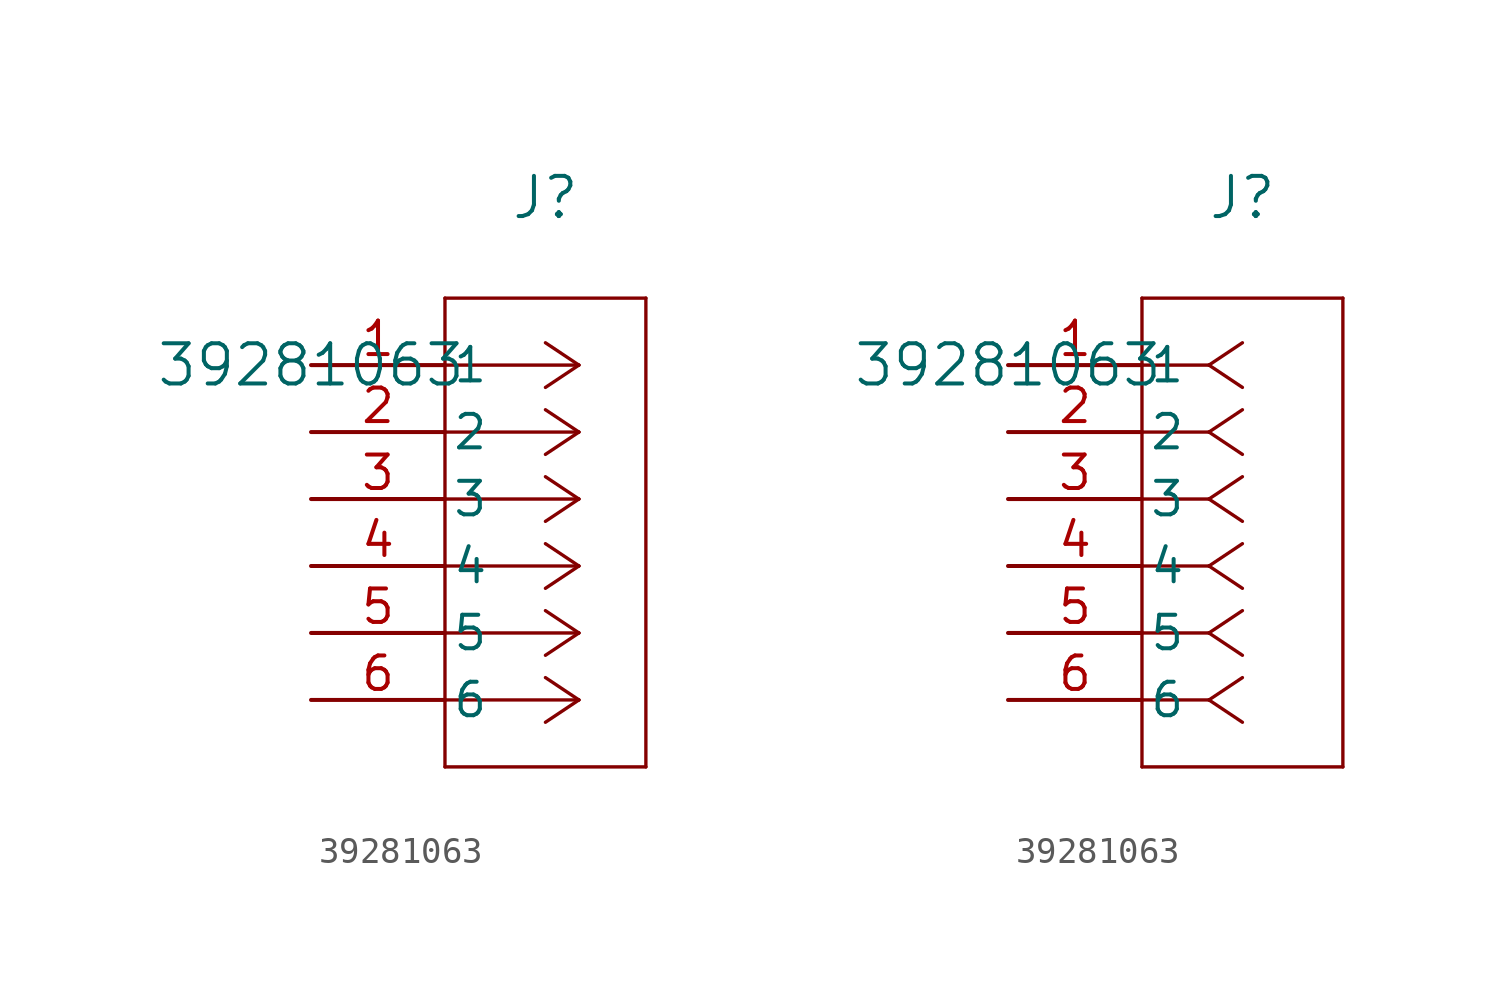
<source format=kicad_sym>
(kicad_symbol_lib
  (version 20211014)
  (generator kicad_symbol_editor)
  (symbol "39281063"
    (pin_names
      (offset 0.254))
    (property "Reference" "J"
      (at 8.89 6.35 0)
      (effects (font (size 1.524 1.524))))
    (property "Value" "39281063"
      (at 0 0 0)
      (effects (font (size 1.524 1.524))))
    (symbol "39281063_1_1"
      (polyline (pts (xy 10.16 0) (xy 5.08 0)) (stroke (width 0.127) (type default) (color 0 0 0 0)) (fill (type none)))
      (polyline (pts (xy 10.16 -2.54) (xy 5.08 -2.54)) (stroke (width 0.127) (type default) (color 0 0 0 0)) (fill (type none)))
      (polyline (pts (xy 10.16 -5.08) (xy 5.08 -5.08)) (stroke (width 0.127) (type default) (color 0 0 0 0)) (fill (type none)))
      (polyline (pts (xy 10.16 -7.62) (xy 5.08 -7.62)) (stroke (width 0.127) (type default) (color 0 0 0 0)) (fill (type none)))
      (polyline (pts (xy 10.16 -10.16) (xy 5.08 -10.16)) (stroke (width 0.127) (type default) (color 0 0 0 0)) (fill (type none)))
      (polyline (pts (xy 10.16 -12.7) (xy 5.08 -12.7)) (stroke (width 0.127) (type default) (color 0 0 0 0)) (fill (type none)))
      (polyline (pts (xy 10.16 0) (xy 8.89 0.847)) (stroke (width 0.127) (type default) (color 0 0 0 0)) (fill (type none)))
      (polyline (pts (xy 10.16 -2.54) (xy 8.89 -1.693)) (stroke (width 0.127) (type default) (color 0 0 0 0)) (fill (type none)))
      (polyline (pts (xy 10.16 -5.08) (xy 8.89 -4.233)) (stroke (width 0.127) (type default) (color 0 0 0 0)) (fill (type none)))
      (polyline (pts (xy 10.16 -7.62) (xy 8.89 -6.773)) (stroke (width 0.127) (type default) (color 0 0 0 0)) (fill (type none)))
      (polyline (pts (xy 10.16 -10.16) (xy 8.89 -9.313)) (stroke (width 0.127) (type default) (color 0 0 0 0)) (fill (type none)))
      (polyline (pts (xy 10.16 -12.7) (xy 8.89 -11.853)) (stroke (width 0.127) (type default) (color 0 0 0 0)) (fill (type none)))
      (polyline (pts (xy 10.16 0) (xy 8.89 -0.847)) (stroke (width 0.127) (type default) (color 0 0 0 0)) (fill (type none)))
      (polyline (pts (xy 10.16 -2.54) (xy 8.89 -3.387)) (stroke (width 0.127) (type default) (color 0 0 0 0)) (fill (type none)))
      (polyline (pts (xy 10.16 -5.08) (xy 8.89 -5.927)) (stroke (width 0.127) (type default) (color 0 0 0 0)) (fill (type none)))
      (polyline (pts (xy 10.16 -7.62) (xy 8.89 -8.467)) (stroke (width 0.127) (type default) (color 0 0 0 0)) (fill (type none)))
      (polyline (pts (xy 10.16 -10.16) (xy 8.89 -11.007)) (stroke (width 0.127) (type default) (color 0 0 0 0)) (fill (type none)))
      (polyline (pts (xy 10.16 -12.7) (xy 8.89 -13.547)) (stroke (width 0.127) (type default) (color 0 0 0 0)) (fill (type none)))
      (polyline (pts (xy 5.08 2.54) (xy 5.08 -15.24)) (stroke (width 0.127) (type default) (color 0 0 0 0)) (fill (type none)))
      (polyline (pts (xy 5.08 -15.24) (xy 12.7 -15.24)) (stroke (width 0.127) (type default) (color 0 0 0 0)) (fill (type none)))
      (polyline (pts (xy 12.7 -15.24) (xy 12.7 2.54)) (stroke (width 0.127) (type default) (color 0 0 0 0)) (fill (type none)))
      (polyline (pts (xy 12.7 2.54) (xy 5.08 2.54)) (stroke (width 0.127) (type default) (color 0 0 0 0)) (fill (type none)))
      (pin unspecified line (at 0 0 0) (length 5.08) (name "1" (effects (font (size 1.27 1.27)))) (number "1" (effects (font (size 1.27 1.27)))))
      (pin unspecified line (at 0 -2.54 0) (length 5.08) (name "2" (effects (font (size 1.27 1.27)))) (number "2" (effects (font (size 1.27 1.27)))))
      (pin unspecified line (at 0 -5.08 0) (length 5.08) (name "3" (effects (font (size 1.27 1.27)))) (number "3" (effects (font (size 1.27 1.27)))))
      (pin unspecified line (at 0 -7.62 0) (length 5.08) (name "4" (effects (font (size 1.27 1.27)))) (number "4" (effects (font (size 1.27 1.27)))))
      (pin unspecified line (at 0 -10.16 0) (length 5.08) (name "5" (effects (font (size 1.27 1.27)))) (number "5" (effects (font (size 1.27 1.27)))))
      (pin unspecified line (at 0 -12.7 0) (length 5.08) (name "6" (effects (font (size 1.27 1.27)))) (number "6" (effects (font (size 1.27 1.27))))))
    (symbol "39281063_1_2"
      (polyline (pts (xy 7.62 0) (xy 5.08 0)) (stroke (width 0.127) (type default) (color 0 0 0 0)) (fill (type none)))
      (polyline (pts (xy 7.62 -2.54) (xy 5.08 -2.54)) (stroke (width 0.127) (type default) (color 0 0 0 0)) (fill (type none)))
      (polyline (pts (xy 7.62 -5.08) (xy 5.08 -5.08)) (stroke (width 0.127) (type default) (color 0 0 0 0)) (fill (type none)))
      (polyline (pts (xy 7.62 -7.62) (xy 5.08 -7.62)) (stroke (width 0.127) (type default) (color 0 0 0 0)) (fill (type none)))
      (polyline (pts (xy 7.62 -10.16) (xy 5.08 -10.16)) (stroke (width 0.127) (type default) (color 0 0 0 0)) (fill (type none)))
      (polyline (pts (xy 7.62 -12.7) (xy 5.08 -12.7)) (stroke (width 0.127) (type default) (color 0 0 0 0)) (fill (type none)))
      (polyline (pts (xy 7.62 0) (xy 8.89 0.847)) (stroke (width 0.127) (type default) (color 0 0 0 0)) (fill (type none)))
      (polyline (pts (xy 7.62 -2.54) (xy 8.89 -1.693)) (stroke (width 0.127) (type default) (color 0 0 0 0)) (fill (type none)))
      (polyline (pts (xy 7.62 -5.08) (xy 8.89 -4.233)) (stroke (width 0.127) (type default) (color 0 0 0 0)) (fill (type none)))
      (polyline (pts (xy 7.62 -7.62) (xy 8.89 -6.773)) (stroke (width 0.127) (type default) (color 0 0 0 0)) (fill (type none)))
      (polyline (pts (xy 7.62 -10.16) (xy 8.89 -9.313)) (stroke (width 0.127) (type default) (color 0 0 0 0)) (fill (type none)))
      (polyline (pts (xy 7.62 -12.7) (xy 8.89 -11.853)) (stroke (width 0.127) (type default) (color 0 0 0 0)) (fill (type none)))
      (polyline (pts (xy 7.62 0) (xy 8.89 -0.847)) (stroke (width 0.127) (type default) (color 0 0 0 0)) (fill (type none)))
      (polyline (pts (xy 7.62 -2.54) (xy 8.89 -3.387)) (stroke (width 0.127) (type default) (color 0 0 0 0)) (fill (type none)))
      (polyline (pts (xy 7.62 -5.08) (xy 8.89 -5.927)) (stroke (width 0.127) (type default) (color 0 0 0 0)) (fill (type none)))
      (polyline (pts (xy 7.62 -7.62) (xy 8.89 -8.467)) (stroke (width 0.127) (type default) (color 0 0 0 0)) (fill (type none)))
      (polyline (pts (xy 7.62 -10.16) (xy 8.89 -11.007)) (stroke (width 0.127) (type default) (color 0 0 0 0)) (fill (type none)))
      (polyline (pts (xy 7.62 -12.7) (xy 8.89 -13.547)) (stroke (width 0.127) (type default) (color 0 0 0 0)) (fill (type none)))
      (polyline (pts (xy 5.08 2.54) (xy 5.08 -15.24)) (stroke (width 0.127) (type default) (color 0 0 0 0)) (fill (type none)))
      (polyline (pts (xy 5.08 -15.24) (xy 12.7 -15.24)) (stroke (width 0.127) (type default) (color 0 0 0 0)) (fill (type none)))
      (polyline (pts (xy 12.7 -15.24) (xy 12.7 2.54)) (stroke (width 0.127) (type default) (color 0 0 0 0)) (fill (type none)))
      (polyline (pts (xy 12.7 2.54) (xy 5.08 2.54)) (stroke (width 0.127) (type default) (color 0 0 0 0)) (fill (type none)))
      (pin unspecified line (at 0 0 0) (length 5.08) (name "1" (effects (font (size 1.27 1.27)))) (number "1" (effects (font (size 1.27 1.27)))))
      (pin unspecified line (at 0 -2.54 0) (length 5.08) (name "2" (effects (font (size 1.27 1.27)))) (number "2" (effects (font (size 1.27 1.27)))))
      (pin unspecified line (at 0 -5.08 0) (length 5.08) (name "3" (effects (font (size 1.27 1.27)))) (number "3" (effects (font (size 1.27 1.27)))))
      (pin unspecified line (at 0 -7.62 0) (length 5.08) (name "4" (effects (font (size 1.27 1.27)))) (number "4" (effects (font (size 1.27 1.27)))))
      (pin unspecified line (at 0 -10.16 0) (length 5.08) (name "5" (effects (font (size 1.27 1.27)))) (number "5" (effects (font (size 1.27 1.27)))))
      (pin unspecified line (at 0 -12.7 0) (length 5.08) (name "6" (effects (font (size 1.27 1.27)))) (number "6" (effects (font (size 1.27 1.27))))))))
</source>
